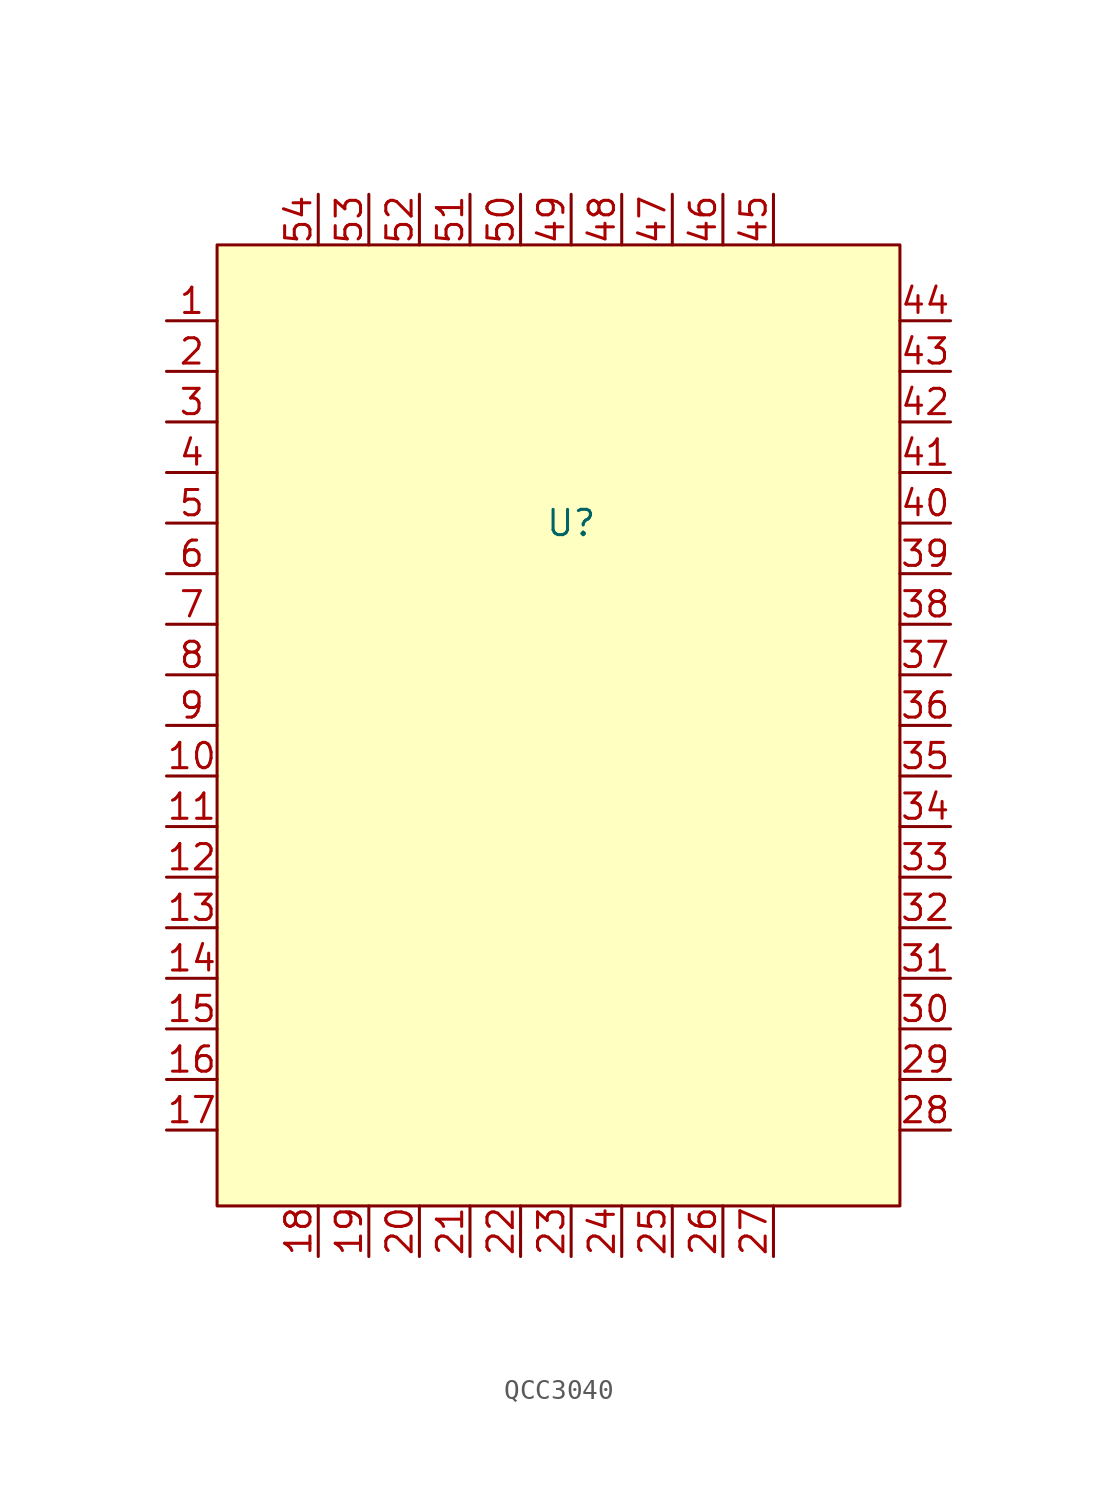
<source format=kicad_sym>
(kicad_symbol_lib
  (version 20220914)
  (generator kicad_symbol_editor)
  (symbol "QCC3040"
    (property "Reference" "U"
      (at 0 12.7 0)
      (effects (font (size 1.27 1.27))))
    (symbol "QCC3040_1_0"
      (pin input line (at -20.32 22.86 0) (length 2.54) (name "" (effects (font (size 1.27 1.27)))) (number "1" (effects (font (size 1.27 1.27)))))
      (pin input line (at -20.32 0 0) (length 2.54) (name "" (effects (font (size 1.27 1.27)))) (number "10" (effects (font (size 1.27 1.27)))))
      (pin input line (at -20.32 -2.54 0) (length 2.54) (name "" (effects (font (size 1.27 1.27)))) (number "11" (effects (font (size 1.27 1.27)))))
      (pin input line (at -20.32 -5.08 0) (length 2.54) (name "" (effects (font (size 1.27 1.27)))) (number "12" (effects (font (size 1.27 1.27)))))
      (pin input line (at -20.32 -7.62 0) (length 2.54) (name "" (effects (font (size 1.27 1.27)))) (number "13" (effects (font (size 1.27 1.27)))))
      (pin input line (at -20.32 -10.16 0) (length 2.54) (name "" (effects (font (size 1.27 1.27)))) (number "14" (effects (font (size 1.27 1.27)))))
      (pin input line (at -20.32 -12.7 0) (length 2.54) (name "" (effects (font (size 1.27 1.27)))) (number "15" (effects (font (size 1.27 1.27)))))
      (pin input line (at -20.32 -15.24 0) (length 2.54) (name "" (effects (font (size 1.27 1.27)))) (number "16" (effects (font (size 1.27 1.27)))))
      (pin input line (at -20.32 -17.78 0) (length 2.54) (name "" (effects (font (size 1.27 1.27)))) (number "17" (effects (font (size 1.27 1.27)))))
      (pin input line (at -12.7 -24.13 90) (length 2.54) (name "" (effects (font (size 1.27 1.27)))) (number "18" (effects (font (size 1.27 1.27)))))
      (pin input line (at -10.16 -24.13 90) (length 2.54) (name "" (effects (font (size 1.27 1.27)))) (number "19" (effects (font (size 1.27 1.27)))))
      (pin input line (at -20.32 20.32 0) (length 2.54) (name "" (effects (font (size 1.27 1.27)))) (number "2" (effects (font (size 1.27 1.27)))))
      (pin input line (at -7.62 -24.13 90) (length 2.54) (name "" (effects (font (size 1.27 1.27)))) (number "20" (effects (font (size 1.27 1.27)))))
      (pin input line (at -5.08 -24.13 90) (length 2.54) (name "" (effects (font (size 1.27 1.27)))) (number "21" (effects (font (size 1.27 1.27)))))
      (pin input line (at -2.54 -24.13 90) (length 2.54) (name "" (effects (font (size 1.27 1.27)))) (number "22" (effects (font (size 1.27 1.27)))))
      (pin input line (at 0 -24.13 90) (length 2.54) (name "" (effects (font (size 1.27 1.27)))) (number "23" (effects (font (size 1.27 1.27)))))
      (pin input line (at 2.54 -24.13 90) (length 2.54) (name "" (effects (font (size 1.27 1.27)))) (number "24" (effects (font (size 1.27 1.27)))))
      (pin input line (at 5.08 -24.13 90) (length 2.54) (name "" (effects (font (size 1.27 1.27)))) (number "25" (effects (font (size 1.27 1.27)))))
      (pin input line (at 7.62 -24.13 90) (length 2.54) (name "" (effects (font (size 1.27 1.27)))) (number "26" (effects (font (size 1.27 1.27)))))
      (pin input line (at 10.16 -24.13 90) (length 2.54) (name "" (effects (font (size 1.27 1.27)))) (number "27" (effects (font (size 1.27 1.27)))))
      (pin input line (at 19.05 -17.78 180) (length 2.54) (name "" (effects (font (size 1.27 1.27)))) (number "28" (effects (font (size 1.27 1.27)))))
      (pin input line (at 19.05 -15.24 180) (length 2.54) (name "" (effects (font (size 1.27 1.27)))) (number "29" (effects (font (size 1.27 1.27)))))
      (pin input line (at -20.32 17.78 0) (length 2.54) (name "" (effects (font (size 1.27 1.27)))) (number "3" (effects (font (size 1.27 1.27)))))
      (pin input line (at 19.05 -12.7 180) (length 2.54) (name "" (effects (font (size 1.27 1.27)))) (number "30" (effects (font (size 1.27 1.27)))))
      (pin input line (at 19.05 -10.16 180) (length 2.54) (name "" (effects (font (size 1.27 1.27)))) (number "31" (effects (font (size 1.27 1.27)))))
      (pin input line (at 19.05 -7.62 180) (length 2.54) (name "" (effects (font (size 1.27 1.27)))) (number "32" (effects (font (size 1.27 1.27)))))
      (pin input line (at 19.05 -5.08 180) (length 2.54) (name "" (effects (font (size 1.27 1.27)))) (number "33" (effects (font (size 1.27 1.27)))))
      (pin input line (at 19.05 -2.54 180) (length 2.54) (name "" (effects (font (size 1.27 1.27)))) (number "34" (effects (font (size 1.27 1.27)))))
      (pin input line (at 19.05 0 180) (length 2.54) (name "" (effects (font (size 1.27 1.27)))) (number "35" (effects (font (size 1.27 1.27)))))
      (pin input line (at 19.05 2.54 180) (length 2.54) (name "" (effects (font (size 1.27 1.27)))) (number "36" (effects (font (size 1.27 1.27)))))
      (pin input line (at 19.05 5.08 180) (length 2.54) (name "" (effects (font (size 1.27 1.27)))) (number "37" (effects (font (size 1.27 1.27)))))
      (pin input line (at 19.05 7.62 180) (length 2.54) (name "" (effects (font (size 1.27 1.27)))) (number "38" (effects (font (size 1.27 1.27)))))
      (pin input line (at 19.05 10.16 180) (length 2.54) (name "" (effects (font (size 1.27 1.27)))) (number "39" (effects (font (size 1.27 1.27)))))
      (pin input line (at -20.32 15.24 0) (length 2.54) (name "" (effects (font (size 1.27 1.27)))) (number "4" (effects (font (size 1.27 1.27)))))
      (pin input line (at 19.05 12.7 180) (length 2.54) (name "" (effects (font (size 1.27 1.27)))) (number "40" (effects (font (size 1.27 1.27)))))
      (pin input line (at 19.05 15.24 180) (length 2.54) (name "" (effects (font (size 1.27 1.27)))) (number "41" (effects (font (size 1.27 1.27)))))
      (pin input line (at 19.05 17.78 180) (length 2.54) (name "" (effects (font (size 1.27 1.27)))) (number "42" (effects (font (size 1.27 1.27)))))
      (pin input line (at 19.05 20.32 180) (length 2.54) (name "" (effects (font (size 1.27 1.27)))) (number "43" (effects (font (size 1.27 1.27)))))
      (pin input line (at 19.05 22.86 180) (length 2.54) (name "" (effects (font (size 1.27 1.27)))) (number "44" (effects (font (size 1.27 1.27)))))
      (pin input line (at 10.16 29.21 270) (length 2.54) (name "" (effects (font (size 1.27 1.27)))) (number "45" (effects (font (size 1.27 1.27)))))
      (pin input line (at 7.62 29.21 270) (length 2.54) (name "" (effects (font (size 1.27 1.27)))) (number "46" (effects (font (size 1.27 1.27)))))
      (pin input line (at 5.08 29.21 270) (length 2.54) (name "" (effects (font (size 1.27 1.27)))) (number "47" (effects (font (size 1.27 1.27)))))
      (pin input line (at 2.54 29.21 270) (length 2.54) (name "" (effects (font (size 1.27 1.27)))) (number "48" (effects (font (size 1.27 1.27)))))
      (pin input line (at 0 29.21 270) (length 2.54) (name "" (effects (font (size 1.27 1.27)))) (number "49" (effects (font (size 1.27 1.27)))))
      (pin input line (at -20.32 12.7 0) (length 2.54) (name "" (effects (font (size 1.27 1.27)))) (number "5" (effects (font (size 1.27 1.27)))))
      (pin input line (at -2.54 29.21 270) (length 2.54) (name "" (effects (font (size 1.27 1.27)))) (number "50" (effects (font (size 1.27 1.27)))))
      (pin input line (at -5.08 29.21 270) (length 2.54) (name "" (effects (font (size 1.27 1.27)))) (number "51" (effects (font (size 1.27 1.27)))))
      (pin input line (at -7.62 29.21 270) (length 2.54) (name "" (effects (font (size 1.27 1.27)))) (number "52" (effects (font (size 1.27 1.27)))))
      (pin input line (at -10.16 29.21 270) (length 2.54) (name "" (effects (font (size 1.27 1.27)))) (number "53" (effects (font (size 1.27 1.27)))))
      (pin input line (at -12.7 29.21 270) (length 2.54) (name "" (effects (font (size 1.27 1.27)))) (number "54" (effects (font (size 1.27 1.27)))))
      (pin input line (at -20.32 10.16 0) (length 2.54) (name "" (effects (font (size 1.27 1.27)))) (number "6" (effects (font (size 1.27 1.27)))))
      (pin input line (at -20.32 7.62 0) (length 2.54) (name "" (effects (font (size 1.27 1.27)))) (number "7" (effects (font (size 1.27 1.27)))))
      (pin input line (at -20.32 5.08 0) (length 2.54) (name "" (effects (font (size 1.27 1.27)))) (number "8" (effects (font (size 1.27 1.27)))))
      (pin input line (at -20.32 2.54 0) (length 2.54) (name "" (effects (font (size 1.27 1.27)))) (number "9" (effects (font (size 1.27 1.27))))))
    (symbol "QCC3040_1_1"
      (rectangle (start -17.78 26.67) (end 16.51 -21.59) (stroke (width 0) (type default)) (fill (type background))))))
</source>
